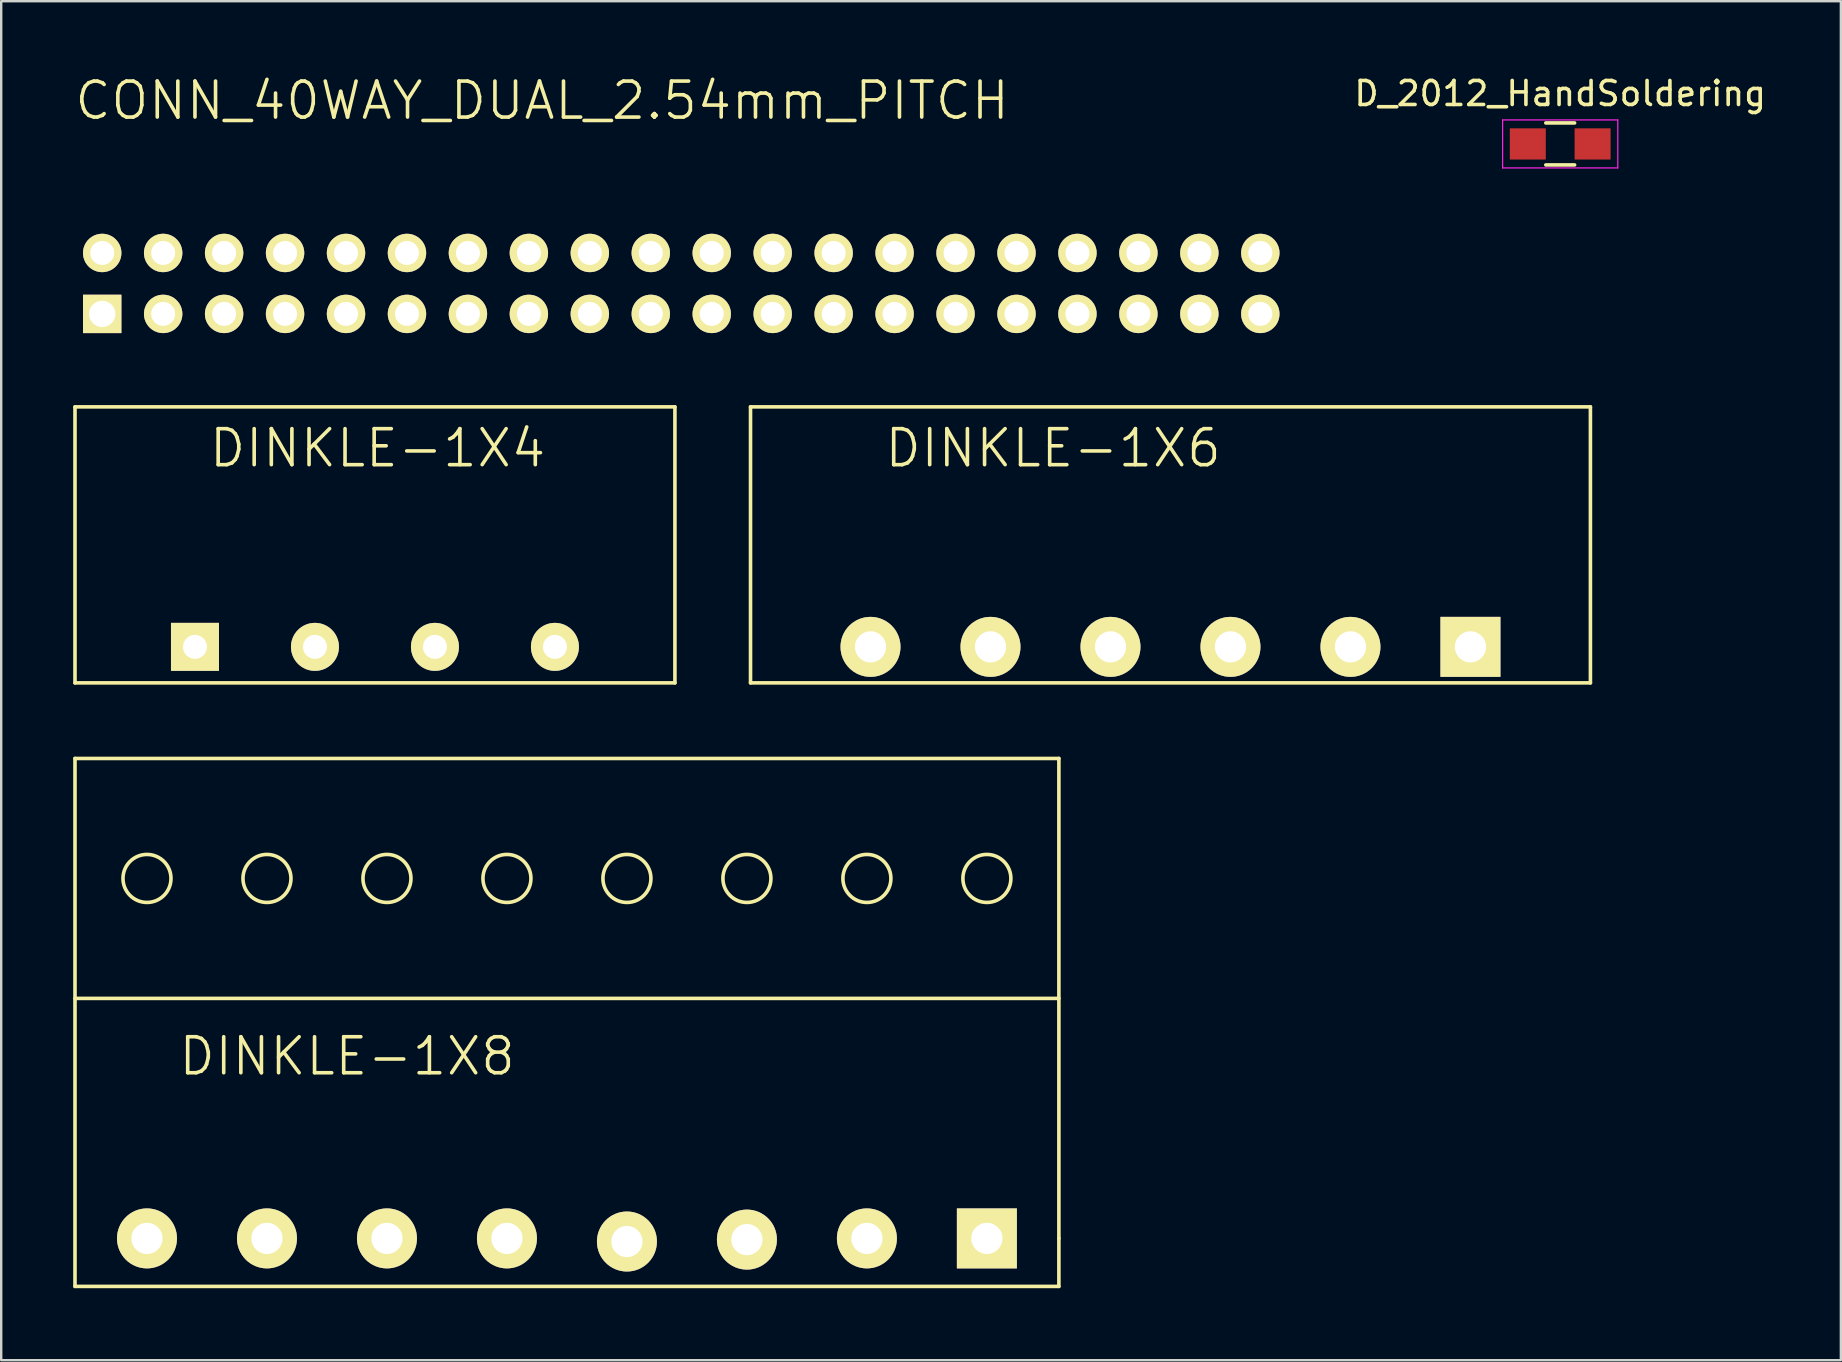
<source format=kicad_pcb>
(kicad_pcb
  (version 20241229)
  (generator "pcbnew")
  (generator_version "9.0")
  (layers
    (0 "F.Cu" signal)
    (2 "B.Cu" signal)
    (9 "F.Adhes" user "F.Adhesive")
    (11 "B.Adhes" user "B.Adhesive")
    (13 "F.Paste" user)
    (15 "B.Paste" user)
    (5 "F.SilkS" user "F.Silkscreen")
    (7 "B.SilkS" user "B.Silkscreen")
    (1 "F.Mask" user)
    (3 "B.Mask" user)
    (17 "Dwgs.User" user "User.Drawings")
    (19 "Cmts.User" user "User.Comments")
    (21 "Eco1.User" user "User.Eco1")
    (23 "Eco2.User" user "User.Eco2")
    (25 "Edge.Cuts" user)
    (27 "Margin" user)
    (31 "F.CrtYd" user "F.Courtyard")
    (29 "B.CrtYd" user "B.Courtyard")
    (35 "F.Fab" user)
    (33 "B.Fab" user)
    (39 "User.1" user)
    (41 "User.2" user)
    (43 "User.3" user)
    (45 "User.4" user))
  (footprint "DINKLE-1X8"
    (layer "F.Cu")
    (at 38.075 48.556)
    (property "Reference" "DINKLE-1X8" (at -26.66 -7.59 0) (layer "F.SilkS") (effects (font (size 1.5 1.5) (thickness 0.15))))
    (attr through_hole)
    (fp_line (start -38 -20) (end -38 2) (stroke (width 0.15) (type solid)) (layer "F.SilkS"))
    (fp_line (start 3 -20) (end -38 -20) (stroke (width 0.15) (type solid)) (layer "F.SilkS"))
    (fp_line (start 3 -10) (end -38 -10) (stroke (width 0.15) (type solid)) (layer "F.SilkS"))
    (fp_line (start 3 0) (end 3 -20) (stroke (width 0.15) (type solid)) (layer "F.SilkS"))
    (fp_line (start 3 0) (end 3 2) (stroke (width 0.15) (type solid)) (layer "F.SilkS"))
    (fp_line (start 3 2) (end -38 2) (stroke (width 0.15) (type solid)) (layer "F.SilkS"))
    (fp_circle (center -35 -15) (end -35 -16) (stroke (width 0.15) (type solid)) (fill no) (layer "F.SilkS"))
    (fp_circle (center -30 -15) (end -30 -16) (stroke (width 0.15) (type solid)) (fill no) (layer "F.SilkS"))
    (fp_circle (center -25 -15) (end -25 -16) (stroke (width 0.15) (type solid)) (fill no) (layer "F.SilkS"))
    (fp_circle (center -20 -15) (end -20 -16) (stroke (width 0.15) (type solid)) (fill no) (layer "F.SilkS"))
    (fp_circle (center -15 -15) (end -15 -16) (stroke (width 0.15) (type solid)) (fill no) (layer "F.SilkS"))
    (fp_circle (center -10 -15) (end -10 -16) (stroke (width 0.15) (type solid)) (fill no) (layer "F.SilkS"))
    (fp_circle (center -5 -15) (end -5 -16) (stroke (width 0.15) (type solid)) (fill no) (layer "F.SilkS"))
    (fp_circle (center 0 -15) (end 0 -16) (stroke (width 0.15) (type solid)) (fill no) (layer "F.SilkS"))
    (pad "1" thru_hole rect (at 0 0) (size 2.5 2.5) (drill 1.3) (layers "*.Cu" "*.Mask" "F.SilkS"))
    (pad "2" thru_hole circle (at -5 0) (size 2.5 2.5) (drill 1.3) (layers "*.Cu" "*.Mask" "F.SilkS"))
    (pad "3" thru_hole circle (at -10 0.05) (size 2.5 2.5) (drill 1.3) (layers "*.Cu" "*.Mask" "F.SilkS"))
    (pad "4" thru_hole circle (at -15 0.13) (size 2.5 2.5) (drill 1.3) (layers "*.Cu" "*.Mask" "F.SilkS"))
    (pad "5" thru_hole circle (at -20 0) (size 2.5 2.5) (drill 1.3) (layers "*.Cu" "*.Mask" "F.SilkS"))
    (pad "6" thru_hole circle (at -25 0) (size 2.5 2.5) (drill 1.3) (layers "*.Cu" "*.Mask" "F.SilkS"))
    (pad "7" thru_hole circle (at -30 0) (size 2.5 2.5) (drill 1.3) (layers "*.Cu" "*.Mask" "F.SilkS"))
    (pad "8" thru_hole circle (at -35 0) (size 2.5 2.5) (drill 1.3) (layers "*.Cu" "*.Mask" "F.SilkS")))
  (footprint "D_2012_HandSoldering"
    (layer "F.Cu")
    (at 61.966 2.948)
    (property "Reference" "D_2012_HandSoldering" (at 0 -2.1 0) (layer "F.SilkS") (effects (font (size 1 1) (thickness 0.15))))
    (attr smd)
    (fp_line (start -0.6 -0.875) (end 0.6 -0.875) (stroke (width 0.15) (type solid)) (layer "F.SilkS"))
    (fp_line (start 0.6 0.875) (end -0.6 0.875) (stroke (width 0.15) (type solid)) (layer "F.SilkS"))
    (fp_line (start -2.4 -1) (end -2.4 1) (stroke (width 0.05) (type solid)) (layer "F.CrtYd"))
    (fp_line (start -2.4 -1) (end 2.4 -1) (stroke (width 0.05) (type solid)) (layer "F.CrtYd"))
    (fp_line (start -2.4 1) (end 2.4 1) (stroke (width 0.05) (type solid)) (layer "F.CrtYd"))
    (fp_line (start 2.4 -1) (end 2.4 1) (stroke (width 0.05) (type solid)) (layer "F.CrtYd"))
    (pad "1" smd rect (at -1.35 0) (size 1.5 1.3) (layers "F.Cu" "F.Mask" "F.Paste"))
    (pad "2" smd rect (at 1.35 0) (size 1.5 1.3) (layers "F.Cu" "F.Mask" "F.Paste")))
  (footprint "DINKLE-1X4"
    (layer "F.Cu")
    (at 5.075 23.906)
    (property "Reference" "DINKLE-1X4" (at 7.61 -8.28 0) (layer "F.SilkS") (effects (font (size 1.5 1.5) (thickness 0.15))))
    (attr through_hole)
    (fp_line (start -5 -10) (end 20 -10) (stroke (width 0.15) (type solid)) (layer "F.SilkS"))
    (fp_line (start -5 1.5) (end -5 -10) (stroke (width 0.15) (type solid)) (layer "F.SilkS"))
    (fp_line (start -5 1.5) (end 20 1.5) (stroke (width 0.15) (type solid)) (layer "F.SilkS"))
    (fp_line (start 20 1.5) (end 20 -10) (stroke (width 0.15) (type solid)) (layer "F.SilkS"))
    (pad "1" thru_hole rect (at 0 0) (size 2 2) (drill 1) (layers "*.Cu" "*.Mask" "F.SilkS"))
    (pad "2" thru_hole circle (at 5 0) (size 2 2) (drill 1) (layers "*.Cu" "*.Mask" "F.SilkS"))
    (pad "3" thru_hole circle (at 10 0) (size 2 2) (drill 1) (layers "*.Cu" "*.Mask" "F.SilkS"))
    (pad "4" thru_hole circle (at 15 0) (size 2 2) (drill 1) (layers "*.Cu" "*.Mask" "F.SilkS")))
  (footprint "CONN_40WAY_DUAL_2.54mm_PITCH"
    (layer "F.Cu")
    (at 25.339 8.761)
    (property "Reference" "CONN_40WAY_DUAL_2.54mm_PITCH" (at -5.8 -7.62 0) (layer "F.SilkS") (effects (font (size 1.5 1.5) (thickness 0.15))))
    (attr through_hole)
    (pad "1" thru_hole rect (at -24.13 1.27) (size 1.6 1.6) (drill 1.1) (layers "*.Cu" "*.Mask" "F.SilkS"))
    (pad "2" thru_hole circle (at -24.13 -1.27) (size 1.6 1.6) (drill 1) (layers "*.Cu" "*.Mask" "F.SilkS"))
    (pad "3" thru_hole circle (at -21.59 1.27) (size 1.6 1.6) (drill 1) (layers "*.Cu" "*.Mask" "F.SilkS"))
    (pad "4" thru_hole circle (at -21.59 -1.27) (size 1.6 1.6) (drill 1) (layers "*.Cu" "*.Mask" "F.SilkS"))
    (pad "5" thru_hole circle (at -19.05 1.27) (size 1.6 1.6) (drill 1) (layers "*.Cu" "*.Mask" "F.SilkS"))
    (pad "6" thru_hole circle (at -19.05 -1.27) (size 1.6 1.6) (drill 1) (layers "*.Cu" "*.Mask" "F.SilkS"))
    (pad "7" thru_hole circle (at -16.51 1.27) (size 1.6 1.6) (drill 1) (layers "*.Cu" "*.Mask" "F.SilkS"))
    (pad "8" thru_hole circle (at -16.51 -1.27) (size 1.6 1.6) (drill 1) (layers "*.Cu" "*.Mask" "F.SilkS"))
    (pad "9" thru_hole circle (at -13.97 1.27) (size 1.6 1.6) (drill 1) (layers "*.Cu" "*.Mask" "F.SilkS"))
    (pad "10" thru_hole circle (at -13.97 -1.27) (size 1.6 1.6) (drill 1) (layers "*.Cu" "*.Mask" "F.SilkS"))
    (pad "11" thru_hole circle (at -11.43 1.27) (size 1.6 1.6) (drill 1) (layers "*.Cu" "*.Mask" "F.SilkS"))
    (pad "12" thru_hole circle (at -11.43 -1.27) (size 1.6 1.6) (drill 1) (layers "*.Cu" "*.Mask" "F.SilkS"))
    (pad "13" thru_hole circle (at -8.89 1.27) (size 1.6 1.6) (drill 1) (layers "*.Cu" "*.Mask" "F.SilkS"))
    (pad "14" thru_hole circle (at -8.89 -1.27) (size 1.6 1.6) (drill 1) (layers "*.Cu" "*.Mask" "F.SilkS"))
    (pad "15" thru_hole circle (at -6.35 1.27) (size 1.6 1.6) (drill 1) (layers "*.Cu" "*.Mask" "F.SilkS"))
    (pad "16" thru_hole circle (at -6.35 -1.27) (size 1.6 1.6) (drill 1) (layers "*.Cu" "*.Mask" "F.SilkS"))
    (pad "17" thru_hole circle (at -3.81 1.27) (size 1.6 1.6) (drill 1) (layers "*.Cu" "*.Mask" "F.SilkS"))
    (pad "18" thru_hole circle (at -3.81 -1.27) (size 1.6 1.6) (drill 1) (layers "*.Cu" "*.Mask" "F.SilkS"))
    (pad "19" thru_hole circle (at -1.27 1.27) (size 1.6 1.6) (drill 1) (layers "*.Cu" "*.Mask" "F.SilkS"))
    (pad "20" thru_hole circle (at -1.27 -1.27) (size 1.6 1.6) (drill 1) (layers "*.Cu" "*.Mask" "F.SilkS"))
    (pad "21" thru_hole circle (at 1.27 1.27) (size 1.6 1.6) (drill 1) (layers "*.Cu" "*.Mask" "F.SilkS"))
    (pad "22" thru_hole circle (at 1.27 -1.27) (size 1.6 1.6) (drill 1) (layers "*.Cu" "*.Mask" "F.SilkS"))
    (pad "23" thru_hole circle (at 3.81 1.27) (size 1.6 1.6) (drill 1) (layers "*.Cu" "*.Mask" "F.SilkS"))
    (pad "24" thru_hole circle (at 3.81 -1.27) (size 1.6 1.6) (drill 1) (layers "*.Cu" "*.Mask" "F.SilkS"))
    (pad "25" thru_hole circle (at 6.35 1.27) (size 1.6 1.6) (drill 1) (layers "*.Cu" "*.Mask" "F.SilkS"))
    (pad "26" thru_hole circle (at 6.35 -1.27) (size 1.6 1.6) (drill 1) (layers "*.Cu" "*.Mask" "F.SilkS"))
    (pad "27" thru_hole circle (at 8.89 1.27) (size 1.6 1.6) (drill 1) (layers "*.Cu" "*.Mask" "F.SilkS"))
    (pad "28" thru_hole circle (at 8.89 -1.27) (size 1.6 1.6) (drill 1) (layers "*.Cu" "*.Mask" "F.SilkS"))
    (pad "29" thru_hole circle (at 11.43 1.27) (size 1.6 1.6) (drill 1) (layers "*.Cu" "*.Mask" "F.SilkS"))
    (pad "30" thru_hole circle (at 11.43 -1.27) (size 1.6 1.6) (drill 1) (layers "*.Cu" "*.Mask" "F.SilkS"))
    (pad "31" thru_hole circle (at 13.97 1.27) (size 1.6 1.6) (drill 1) (layers "*.Cu" "*.Mask" "F.SilkS"))
    (pad "32" thru_hole circle (at 13.97 -1.27) (size 1.6 1.6) (drill 1) (layers "*.Cu" "*.Mask" "F.SilkS"))
    (pad "33" thru_hole circle (at 16.51 1.27) (size 1.6 1.6) (drill 1) (layers "*.Cu" "*.Mask" "F.SilkS"))
    (pad "34" thru_hole circle (at 16.51 -1.27) (size 1.6 1.6) (drill 1) (layers "*.Cu" "*.Mask" "F.SilkS"))
    (pad "35" thru_hole circle (at 19.05 1.27) (size 1.6 1.6) (drill 1) (layers "*.Cu" "*.Mask" "F.SilkS"))
    (pad "36" thru_hole circle (at 19.05 -1.27) (size 1.6 1.6) (drill 1) (layers "*.Cu" "*.Mask" "F.SilkS"))
    (pad "37" thru_hole circle (at 21.59 1.27) (size 1.6 1.6) (drill 1) (layers "*.Cu" "*.Mask" "F.SilkS"))
    (pad "38" thru_hole circle (at 21.59 -1.27) (size 1.6 1.6) (drill 1) (layers "*.Cu" "*.Mask" "F.SilkS"))
    (pad "39" thru_hole circle (at 24.13 1.27) (size 1.6 1.6) (drill 1) (layers "*.Cu" "*.Mask" "F.SilkS"))
    (pad "40" thru_hole circle (at 24.13 -1.27) (size 1.6 1.6) (drill 1) (layers "*.Cu" "*.Mask" "F.SilkS")))
  (footprint "DINKLE-1X6"
    (layer "F.Cu")
    (at 33.225 23.906)
    (property "Reference" "DINKLE-1X6" (at 7.61 -8.28 0) (layer "F.SilkS") (effects (font (size 1.5 1.5) (thickness 0.15))))
    (attr through_hole)
    (fp_line (start -5 -10) (end 30 -10) (stroke (width 0.15) (type solid)) (layer "F.SilkS"))
    (fp_line (start -5 1.5) (end -5 -10) (stroke (width 0.15) (type solid)) (layer "F.SilkS"))
    (fp_line (start -5 1.5) (end 30 1.5) (stroke (width 0.15) (type solid)) (layer "F.SilkS"))
    (fp_line (start 30 1.5) (end 30 -10) (stroke (width 0.15) (type solid)) (layer "F.SilkS"))
    (pad "1" thru_hole rect (at 25 0) (size 2.5 2.5) (drill 1.3) (layers "*.Cu" "*.Mask" "F.SilkS"))
    (pad "2" thru_hole circle (at 20 0) (size 2.5 2.5) (drill 1.3) (layers "*.Cu" "*.Mask" "F.SilkS"))
    (pad "3" thru_hole circle (at 15 0) (size 2.5 2.5) (drill 1.3) (layers "*.Cu" "*.Mask" "F.SilkS"))
    (pad "4" thru_hole circle (at 10 0) (size 2.5 2.5) (drill 1.3) (layers "*.Cu" "*.Mask" "F.SilkS"))
    (pad "5" thru_hole circle (at 5 0) (size 2.5 2.5) (drill 1.3) (layers "*.Cu" "*.Mask" "F.SilkS"))
    (pad "6" thru_hole circle (at 0 0) (size 2.5 2.5) (drill 1.3) (layers "*.Cu" "*.Mask" "F.SilkS")))
  (gr_rect
    (start -3 -3)
    (end 73.662 53.631)
    (stroke (width 0.1) (type default))
    (fill no)
    (layer "Edge.Cuts")))
</source>
